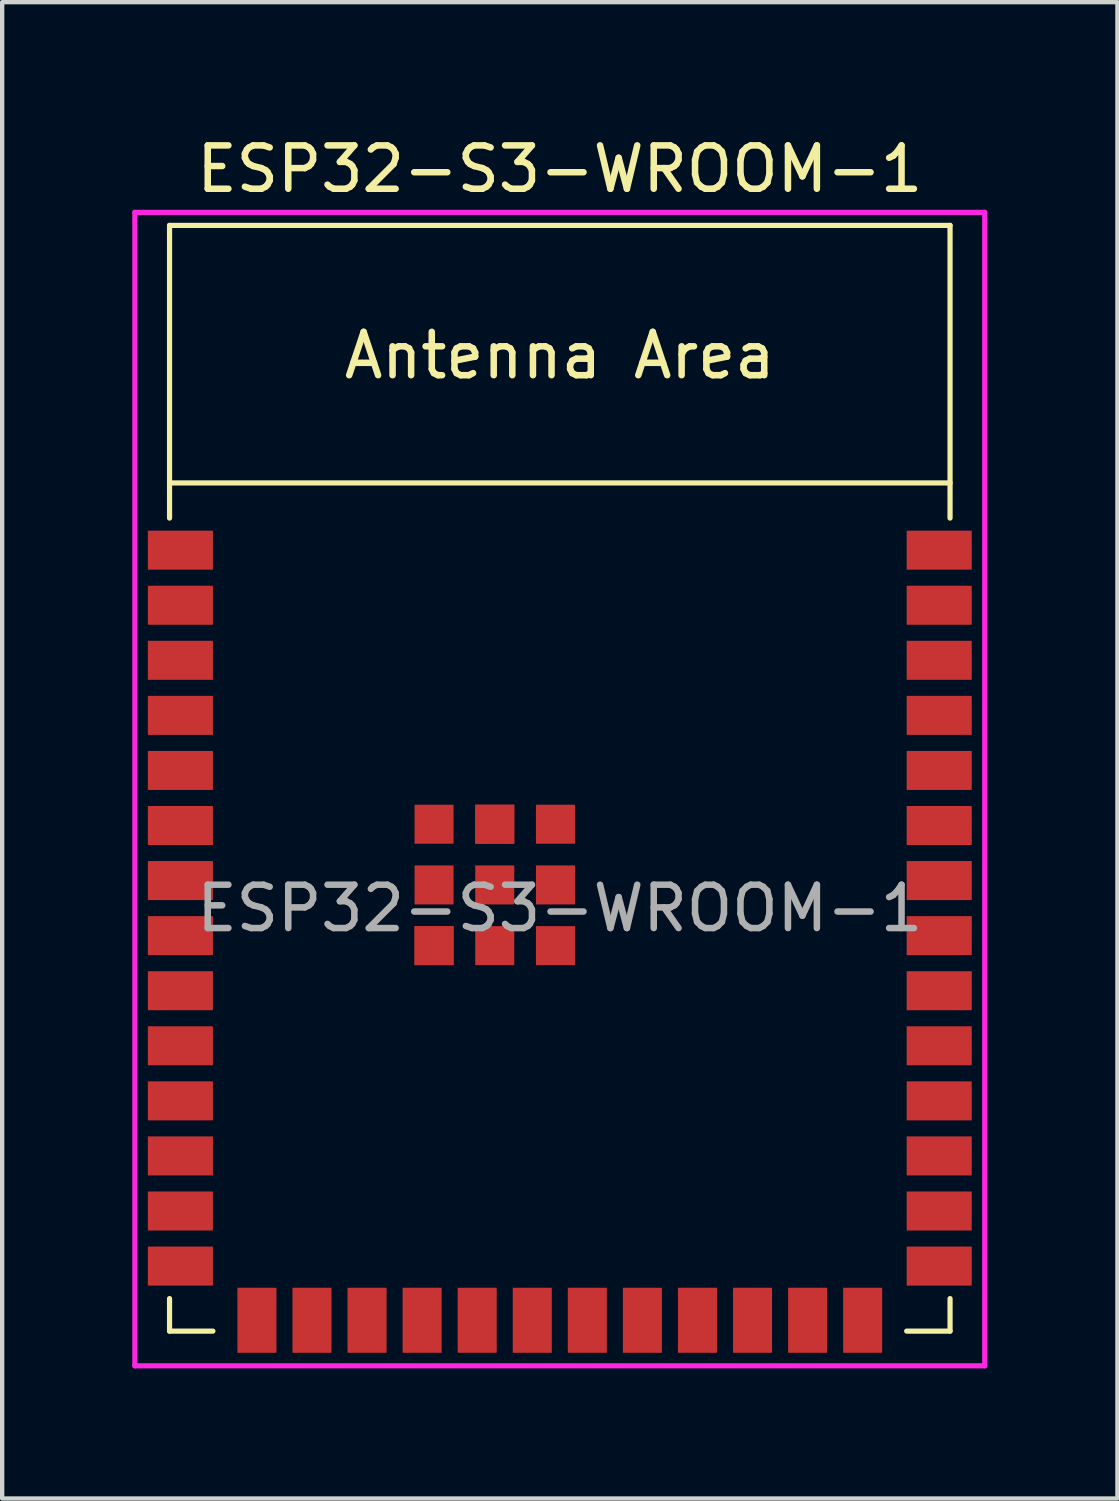
<source format=kicad_pcb>
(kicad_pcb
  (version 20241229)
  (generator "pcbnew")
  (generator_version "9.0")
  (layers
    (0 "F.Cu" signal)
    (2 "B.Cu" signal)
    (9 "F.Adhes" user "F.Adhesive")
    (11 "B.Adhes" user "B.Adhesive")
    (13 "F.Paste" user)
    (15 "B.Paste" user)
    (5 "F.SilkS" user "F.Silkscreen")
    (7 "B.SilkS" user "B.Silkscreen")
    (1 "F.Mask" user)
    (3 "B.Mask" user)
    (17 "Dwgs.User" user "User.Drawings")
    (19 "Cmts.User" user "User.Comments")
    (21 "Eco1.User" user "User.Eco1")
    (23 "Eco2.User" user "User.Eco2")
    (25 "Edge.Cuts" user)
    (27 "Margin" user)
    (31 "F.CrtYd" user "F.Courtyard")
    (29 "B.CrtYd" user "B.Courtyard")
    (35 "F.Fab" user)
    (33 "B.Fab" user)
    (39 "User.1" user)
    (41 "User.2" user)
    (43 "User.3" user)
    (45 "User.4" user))
  (footprint "ESP32-S3-WROOM-1"
    (layer "F.Cu")
    (at 9.86 17.898)
    (property "Reference" "ESP32-S3-WROOM-1" (at 0 -17.05 0) (layer "F.SilkS") (effects (font (size 1 1) (thickness 0.15))))
    (attr smd)
    (fp_line (start -9 -15.75) (end -9 -9) (stroke (width 0.12) (type solid)) (layer "F.SilkS"))
    (fp_line (start -9 -15.75) (end 9 -15.75) (stroke (width 0.12) (type solid)) (layer "F.SilkS"))
    (fp_line (start -9 9) (end -9 9.75) (stroke (width 0.12) (type solid)) (layer "F.SilkS"))
    (fp_line (start -9 9.75) (end -8 9.75) (stroke (width 0.12) (type solid)) (layer "F.SilkS"))
    (fp_line (start 9 -15.75) (end 9 -9) (stroke (width 0.12) (type solid)) (layer "F.SilkS"))
    (fp_line (start 9 -9.81) (end -9 -9.81) (stroke (width 0.12) (type solid)) (layer "F.SilkS"))
    (fp_line (start 9 9) (end 9 9.75) (stroke (width 0.12) (type solid)) (layer "F.SilkS"))
    (fp_line (start 9 9.75) (end 8 9.75) (stroke (width 0.12) (type solid)) (layer "F.SilkS"))
    (fp_line (start -9 -15.75) (end 9 -15.75) (stroke (width 0.12) (type solid)) (layer "Eco2.User"))
    (fp_line (start -9 -9.81) (end 9 -9.81) (stroke (width 0.12) (type solid)) (layer "Eco2.User"))
    (fp_line (start -9 9.75) (end -9 -15.75) (stroke (width 0.12) (type solid)) (layer "Eco2.User"))
    (fp_line (start 9 -15.75) (end 9 9.75) (stroke (width 0.12) (type solid)) (layer "Eco2.User"))
    (fp_line (start 9 9.75) (end -9 9.75) (stroke (width 0.12) (type solid)) (layer "Eco2.User"))
    (fp_line (start -9.8 -16.05) (end -9.8 10.55) (stroke (width 0.12) (type solid)) (layer "F.CrtYd"))
    (fp_line (start -9.8 10.55) (end 9.8 10.55) (stroke (width 0.12) (type solid)) (layer "F.CrtYd"))
    (fp_line (start 9.8 -16.05) (end -9.8 -16.05) (stroke (width 0.12) (type solid)) (layer "F.CrtYd"))
    (fp_line (start 9.8 -16.05) (end 9.8 10.55) (stroke (width 0.12) (type solid)) (layer "F.CrtYd"))
    (fp_text user "Antenna Area" (at 0 -12.75 0) (layer "F.SilkS") (effects (font (size 1 1) (thickness 0.15))))
    (fp_text user "Antenna Area" (at 0 -12.75 0) (layer "Eco2.User") (effects (font (size 1 1) (thickness 0.15))))
    (fp_text user "${REFERENCE}" (at 0 0 0) (layer "F.Fab") (effects (font (size 1 1) (thickness 0.15))))
    (pad "1" smd rect (at -8.75 -8.26) (size 1.5 0.9) (layers "F.Cu" "F.Mask" "F.Paste"))
    (pad "2" smd rect (at -8.75 -6.99) (size 1.5 0.9) (layers "F.Cu" "F.Mask" "F.Paste"))
    (pad "3" smd rect (at -8.75 -5.72) (size 1.5 0.9) (layers "F.Cu" "F.Mask" "F.Paste"))
    (pad "4" smd rect (at -8.75 -4.45) (size 1.5 0.9) (layers "F.Cu" "F.Mask" "F.Paste"))
    (pad "5" smd rect (at -8.75 -3.18) (size 1.5 0.9) (layers "F.Cu" "F.Mask" "F.Paste"))
    (pad "6" smd rect (at -8.75 -1.91) (size 1.5 0.9) (layers "F.Cu" "F.Mask" "F.Paste"))
    (pad "7" smd rect (at -8.75 -0.64) (size 1.5 0.9) (layers "F.Cu" "F.Mask" "F.Paste"))
    (pad "8" smd rect (at -8.75 0.63) (size 1.5 0.9) (layers "F.Cu" "F.Mask" "F.Paste"))
    (pad "9" smd rect (at -8.75 1.9) (size 1.5 0.9) (layers "F.Cu" "F.Mask" "F.Paste"))
    (pad "10" smd rect (at -8.75 3.17) (size 1.5 0.9) (layers "F.Cu" "F.Mask" "F.Paste"))
    (pad "11" smd rect (at -8.75 4.44) (size 1.5 0.9) (layers "F.Cu" "F.Mask" "F.Paste"))
    (pad "12" smd rect (at -8.75 5.71) (size 1.5 0.9) (layers "F.Cu" "F.Mask" "F.Paste"))
    (pad "13" smd rect (at -8.75 6.98) (size 1.5 0.9) (layers "F.Cu" "F.Mask" "F.Paste"))
    (pad "14" smd rect (at -8.75 8.25) (size 1.5 0.9) (layers "F.Cu" "F.Mask" "F.Paste"))
    (pad "15" smd rect (at -6.985 9.5 90) (size 1.5 0.9) (layers "F.Cu" "F.Mask" "F.Paste"))
    (pad "16" smd rect (at -5.715 9.5 90) (size 1.5 0.9) (layers "F.Cu" "F.Mask" "F.Paste"))
    (pad "17" smd rect (at -4.445 9.5 90) (size 1.5 0.9) (layers "F.Cu" "F.Mask" "F.Paste"))
    (pad "18" smd rect (at -3.175 9.5 90) (size 1.5 0.9) (layers "F.Cu" "F.Mask" "F.Paste"))
    (pad "19" smd rect (at -1.905 9.5 90) (size 1.5 0.9) (layers "F.Cu" "F.Mask" "F.Paste"))
    (pad "20" smd rect (at -0.635 9.5 90) (size 1.5 0.9) (layers "F.Cu" "F.Mask" "F.Paste"))
    (pad "21" smd rect (at 0.635 9.5 90) (size 1.5 0.9) (layers "F.Cu" "F.Mask" "F.Paste"))
    (pad "22" smd rect (at 1.905 9.5 90) (size 1.5 0.9) (layers "F.Cu" "F.Mask" "F.Paste"))
    (pad "23" smd rect (at 3.175 9.5 90) (size 1.5 0.9) (layers "F.Cu" "F.Mask" "F.Paste"))
    (pad "24" smd rect (at 4.445 9.5 90) (size 1.5 0.9) (layers "F.Cu" "F.Mask" "F.Paste"))
    (pad "25" smd rect (at 5.715 9.5 90) (size 1.5 0.9) (layers "F.Cu" "F.Mask" "F.Paste"))
    (pad "26" smd rect (at 6.985 9.5 90) (size 1.5 0.9) (layers "F.Cu" "F.Mask" "F.Paste"))
    (pad "27" smd rect (at 8.75 8.25 180) (size 1.5 0.9) (layers "F.Cu" "F.Mask" "F.Paste"))
    (pad "28" smd rect (at 8.75 6.98 180) (size 1.5 0.9) (layers "F.Cu" "F.Mask" "F.Paste"))
    (pad "29" smd rect (at 8.75 5.71 180) (size 1.5 0.9) (layers "F.Cu" "F.Mask" "F.Paste"))
    (pad "30" smd rect (at 8.75 4.44 180) (size 1.5 0.9) (layers "F.Cu" "F.Mask" "F.Paste"))
    (pad "31" smd rect (at 8.75 3.17 180) (size 1.5 0.9) (layers "F.Cu" "F.Mask" "F.Paste"))
    (pad "32" smd rect (at 8.75 1.9 180) (size 1.5 0.9) (layers "F.Cu" "F.Mask" "F.Paste"))
    (pad "33" smd rect (at 8.75 0.63 180) (size 1.5 0.9) (layers "F.Cu" "F.Mask" "F.Paste"))
    (pad "34" smd rect (at 8.75 -0.64 180) (size 1.5 0.9) (layers "F.Cu" "F.Mask" "F.Paste"))
    (pad "35" smd rect (at 8.75 -1.91 180) (size 1.5 0.9) (layers "F.Cu" "F.Mask" "F.Paste"))
    (pad "36" smd rect (at 8.75 -3.18 180) (size 1.5 0.9) (layers "F.Cu" "F.Mask" "F.Paste"))
    (pad "37" smd rect (at 8.75 -4.45 180) (size 1.5 0.9) (layers "F.Cu" "F.Mask" "F.Paste"))
    (pad "38" smd rect (at 8.75 -5.72 180) (size 1.5 0.9) (layers "F.Cu" "F.Mask" "F.Paste"))
    (pad "39" smd rect (at 8.75 -6.99 180) (size 1.5 0.9) (layers "F.Cu" "F.Mask" "F.Paste"))
    (pad "40" smd rect (at 8.75 -8.26 180) (size 1.5 0.9) (layers "F.Cu" "F.Mask" "F.Paste"))
    (pad "41" smd rect (at -2.9 -1.94 180) (size 0.9 0.9) (layers "F.Cu" "F.Mask" "F.Paste"))
    (pad "41" smd rect (at -2.9 -0.54 180) (size 0.9 0.9) (layers "F.Cu" "F.Mask" "F.Paste"))
    (pad "41" smd rect (at -2.9 0.86 180) (size 0.9 0.9) (layers "F.Cu" "F.Mask" "F.Paste"))
    (pad "41" smd rect (at -2.9 0.86 180) (size 0.9 0.9) (layers "F.Cu" "F.Mask" "F.Paste"))
    (pad "41" smd rect (at -1.5 -1.94 180) (size 0.9 0.9) (layers "F.Cu" "F.Mask" "F.Paste"))
    (pad "41" smd rect (at -1.5 -1.94 180) (size 0.9 0.9) (layers "F.Cu" "F.Mask" "F.Paste"))
    (pad "41" smd rect (at -1.5 -0.54 180) (size 0.9 0.9) (layers "F.Cu" "F.Mask" "F.Paste"))
    (pad "41" smd rect (at -1.5 0.86 180) (size 0.9 0.9) (layers "F.Cu" "F.Mask" "F.Paste"))
    (pad "41" smd rect (at -0.1 -1.94 180) (size 0.9 0.9) (layers "F.Cu" "F.Mask" "F.Paste"))
    (pad "41" smd rect (at -0.1 -0.54 180) (size 0.9 0.9) (layers "F.Cu" "F.Mask" "F.Paste"))
    (pad "41" smd rect (at -0.1 0.86 180) (size 0.9 0.9) (layers "F.Cu" "F.Mask" "F.Paste"))
    (zone (net_name "") (layers "F.Cu" "B.Cu") (name "antenna keepout") (hatch edge 0.508) (connect_pads) (min_thickness 0.254) (filled_areas_thickness no) (keepout (tracks not_allowed) (vias not_allowed) (pads not_allowed) (copperpour not_allowed) (footprints not_allowed)) (placement (enabled no)) (fill) (polygon (pts (xy 18.86 8.098) (xy 0.86 8.098) (xy 0.86 2.148) (xy 18.86 2.148)))))
  (gr_rect
    (start -3 -3)
    (end 22.72 31.508)
    (stroke (width 0.1) (type default))
    (fill no)
    (layer "Edge.Cuts")))
</source>
